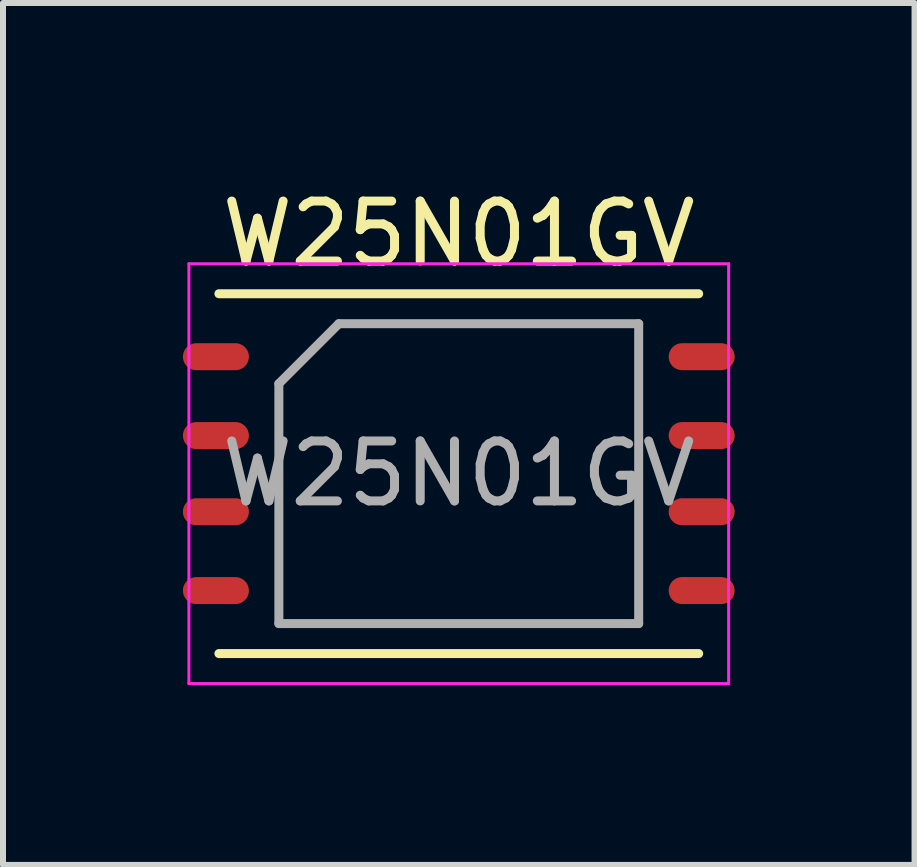
<source format=kicad_pcb>
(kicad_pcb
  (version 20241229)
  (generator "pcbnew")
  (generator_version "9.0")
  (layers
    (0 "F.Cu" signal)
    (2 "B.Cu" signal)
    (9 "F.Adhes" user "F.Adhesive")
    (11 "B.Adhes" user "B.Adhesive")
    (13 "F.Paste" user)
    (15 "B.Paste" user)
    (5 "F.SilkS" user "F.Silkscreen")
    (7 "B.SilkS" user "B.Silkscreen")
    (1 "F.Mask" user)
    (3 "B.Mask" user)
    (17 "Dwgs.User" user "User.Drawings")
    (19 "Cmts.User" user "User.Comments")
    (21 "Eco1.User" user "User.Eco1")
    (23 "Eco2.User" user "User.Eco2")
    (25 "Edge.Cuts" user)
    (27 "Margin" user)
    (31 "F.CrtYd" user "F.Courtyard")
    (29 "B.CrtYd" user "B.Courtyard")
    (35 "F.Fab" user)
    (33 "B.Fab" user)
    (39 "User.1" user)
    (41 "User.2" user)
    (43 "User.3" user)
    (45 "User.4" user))
  (footprint "W25N01GV"
    (layer "F.Cu")
    (at 4.6 4.848)
    (property "Reference" "W25N01GV" (at 0 -4 0) (layer "F.SilkS") (effects (font (size 1 1) (thickness 0.15))))
    (attr smd)
    (fp_line (start -4 -3) (end 4 -3) (stroke (width 0.15) (type solid)) (layer "F.SilkS"))
    (fp_line (start -4 3) (end 4 3) (stroke (width 0.15) (type solid)) (layer "F.SilkS"))
    (fp_line (start -4.5 -3.5) (end -4.5 3.5) (stroke (width 0.05) (type solid)) (layer "F.CrtYd"))
    (fp_line (start -4.5 -3.5) (end 4.5 -3.5) (stroke (width 0.05) (type solid)) (layer "F.CrtYd"))
    (fp_line (start -4.5 3.5) (end 4.5 3.5) (stroke (width 0.05) (type solid)) (layer "F.CrtYd"))
    (fp_line (start 4.5 -3.5) (end 4.5 3.5) (stroke (width 0.05) (type solid)) (layer "F.CrtYd"))
    (fp_line (start -3 -1.5) (end -2 -2.5) (stroke (width 0.15) (type solid)) (layer "F.Fab"))
    (fp_line (start -3 2.5) (end -3 -1.5) (stroke (width 0.15) (type solid)) (layer "F.Fab"))
    (fp_line (start -2 -2.5) (end 3 -2.5) (stroke (width 0.15) (type solid)) (layer "F.Fab"))
    (fp_line (start 3 -2.5) (end 3 2.5) (stroke (width 0.15) (type solid)) (layer "F.Fab"))
    (fp_line (start 3 2.5) (end -3 2.5) (stroke (width 0.15) (type solid)) (layer "F.Fab"))
    (fp_text user "${REFERENCE}" (at 0 0 0) (layer "F.Fab") (effects (font (size 1 1) (thickness 0.15))))
    (pad "1" smd oval (at -4.05 -1.95) (size 1.1 0.45) (layers "F.Cu" "F.Mask" "F.Paste"))
    (pad "2" smd oval (at -4.05 -0.635) (size 1.1 0.45) (layers "F.Cu" "F.Mask" "F.Paste"))
    (pad "3" smd oval (at -4.05 0.635) (size 1.1 0.45) (layers "F.Cu" "F.Mask" "F.Paste"))
    (pad "4" smd oval (at -4.05 1.95) (size 1.1 0.45) (layers "F.Cu" "F.Mask" "F.Paste"))
    (pad "5" smd oval (at 4.05 1.95) (size 1.1 0.45) (layers "F.Cu" "F.Mask" "F.Paste"))
    (pad "6" smd oval (at 4.05 0.635) (size 1.1 0.45) (layers "F.Cu" "F.Mask" "F.Paste"))
    (pad "7" smd oval (at 4.05 -0.635) (size 1.1 0.45) (layers "F.Cu" "F.Mask" "F.Paste"))
    (pad "8" smd oval (at 4.05 -1.95) (size 1.1 0.45) (layers "F.Cu" "F.Mask" "F.Paste")))
  (gr_rect
    (start -3 -3)
    (end 12.2 11.373)
    (stroke (width 0.1) (type default))
    (fill no)
    (layer "Edge.Cuts")))
</source>
